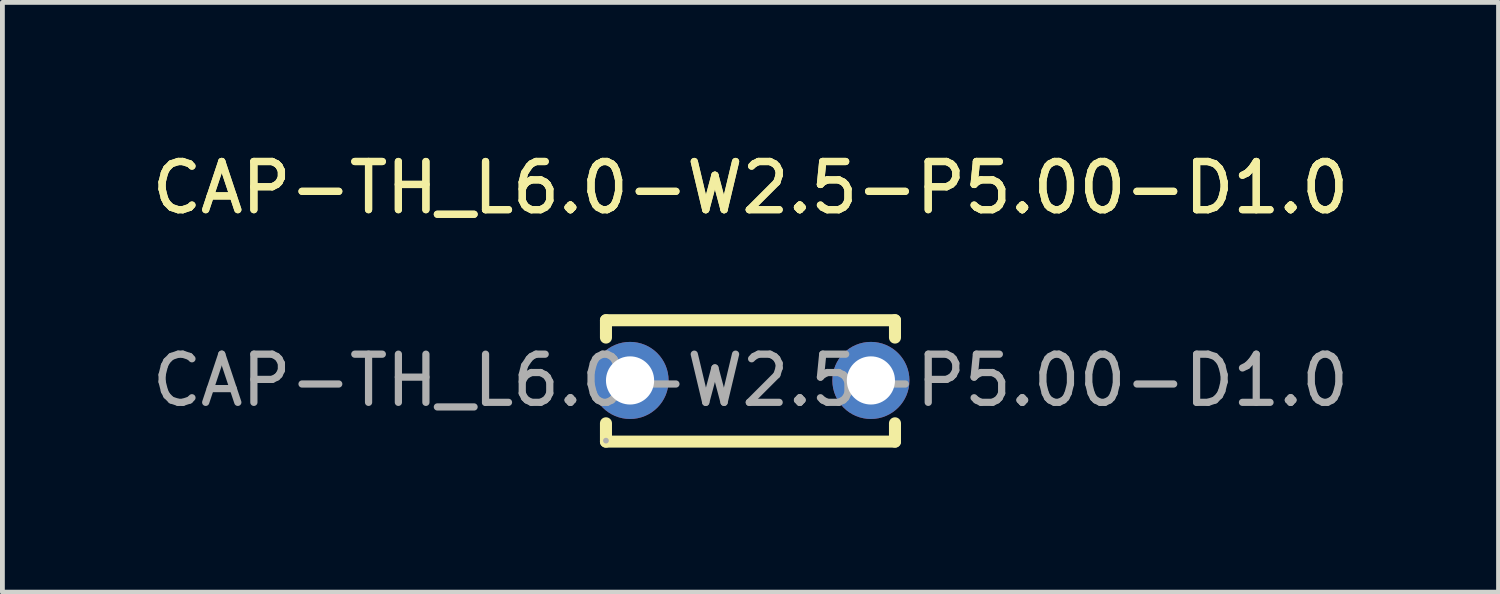
<source format=kicad_pcb>
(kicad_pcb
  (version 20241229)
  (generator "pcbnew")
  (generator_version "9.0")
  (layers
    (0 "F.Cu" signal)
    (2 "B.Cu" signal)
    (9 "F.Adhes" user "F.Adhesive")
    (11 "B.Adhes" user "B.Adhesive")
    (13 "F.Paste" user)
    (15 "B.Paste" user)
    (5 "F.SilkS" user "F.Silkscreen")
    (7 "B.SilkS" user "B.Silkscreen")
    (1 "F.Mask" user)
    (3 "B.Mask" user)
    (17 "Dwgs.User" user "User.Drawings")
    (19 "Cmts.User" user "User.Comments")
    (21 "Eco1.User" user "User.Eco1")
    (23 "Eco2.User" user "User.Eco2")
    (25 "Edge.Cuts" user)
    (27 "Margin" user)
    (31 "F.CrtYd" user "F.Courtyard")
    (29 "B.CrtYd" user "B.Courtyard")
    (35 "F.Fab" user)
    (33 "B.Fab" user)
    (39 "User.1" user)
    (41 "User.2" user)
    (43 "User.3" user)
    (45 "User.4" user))
  (footprint "CAP-TH_L6.0-W2.5-P5.00-D1.0"
    (layer "F.Cu")
    (at 12.53 4.848)
    (property "Reference" "CAP-TH_L6.0-W2.5-P5.00-D1.0" (at 0 -4 0) (layer "F.SilkS") (effects (font (size 1 1) (thickness 0.15))))
    (attr through_hole)
    (fp_line (start -3 -1.25) (end -3 -0.89) (stroke (width 0.25) (type solid)) (layer "F.SilkS"))
    (fp_line (start -3 1.27) (end -3 0.89) (stroke (width 0.25) (type solid)) (layer "F.SilkS"))
    (fp_line (start 3 -1.25) (end -3 -1.25) (stroke (width 0.25) (type solid)) (layer "F.SilkS"))
    (fp_line (start 3 -0.89) (end 3 -1.25) (stroke (width 0.25) (type solid)) (layer "F.SilkS"))
    (fp_line (start 3 0.89) (end 3 1.27) (stroke (width 0.25) (type solid)) (layer "F.SilkS"))
    (fp_line (start 3 1.27) (end -3 1.27) (stroke (width 0.25) (type solid)) (layer "F.SilkS"))
    (fp_circle (center -3 1.25) (end -2.97 1.25) (stroke (width 0.06) (type solid)) (fill no) (layer "F.Fab"))
    (fp_circle (center -2.5 0) (end -2.38 0) (stroke (width 0.25) (type solid)) (fill no) (layer "F.Fab"))
    (fp_circle (center 2.5 0) (end 2.62 0) (stroke (width 0.25) (type solid)) (fill no) (layer "F.Fab"))
    (fp_text user "${REFERENCE}" (at 0 -4 0) (layer "F.SilkS") (effects (font (size 1 1) (thickness 0.15))))
    (fp_text user "${REFERENCE}" (at 0 0 0) (layer "F.Fab") (effects (font (size 1 1) (thickness 0.15))))
    (pad "1" thru_hole circle (at -2.5 0) (size 1.6 1.6) (drill 1) (layers "*.Cu" "*.Mask"))
    (pad "2" thru_hole circle (at 2.5 0) (size 1.6 1.6) (drill 1) (layers "*.Cu" "*.Mask")))
  (gr_rect
    (start -3 -3)
    (end 28.06 9.243)
    (stroke (width 0.1) (type default))
    (fill no)
    (layer "Edge.Cuts")))
</source>
